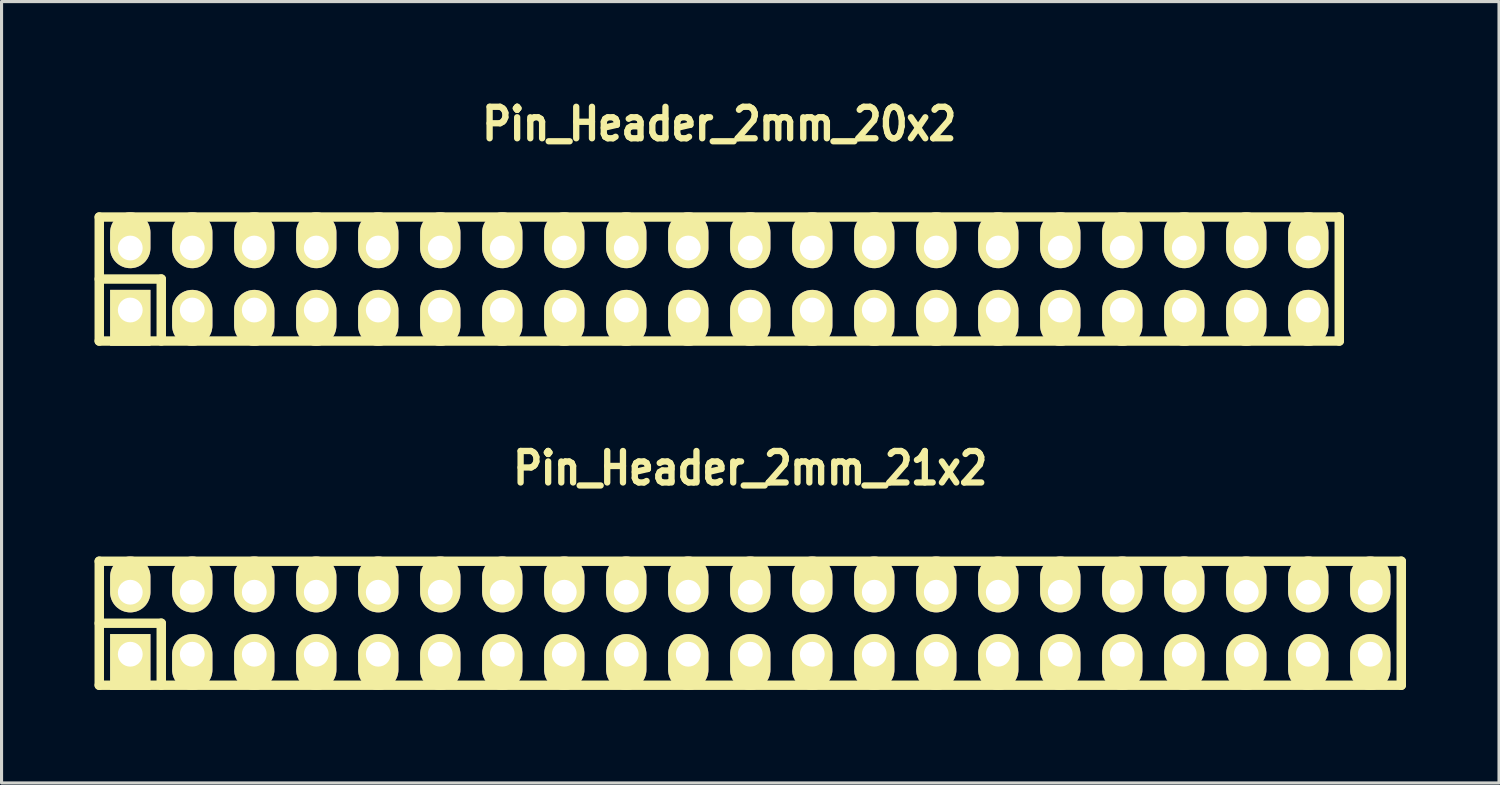
<source format=kicad_pcb>
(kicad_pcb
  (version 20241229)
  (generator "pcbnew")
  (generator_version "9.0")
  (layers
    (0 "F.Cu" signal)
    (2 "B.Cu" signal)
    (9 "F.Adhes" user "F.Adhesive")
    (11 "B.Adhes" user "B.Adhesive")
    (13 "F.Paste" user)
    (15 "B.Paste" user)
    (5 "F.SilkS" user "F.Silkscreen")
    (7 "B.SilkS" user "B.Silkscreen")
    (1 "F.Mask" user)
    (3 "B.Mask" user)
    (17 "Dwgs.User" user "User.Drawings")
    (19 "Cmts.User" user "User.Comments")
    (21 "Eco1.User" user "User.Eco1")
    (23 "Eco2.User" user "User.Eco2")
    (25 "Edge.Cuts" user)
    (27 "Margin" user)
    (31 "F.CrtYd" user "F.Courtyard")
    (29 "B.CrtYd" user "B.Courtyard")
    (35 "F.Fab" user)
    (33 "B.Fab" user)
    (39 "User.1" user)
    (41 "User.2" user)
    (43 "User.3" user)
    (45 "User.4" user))
  (footprint "Pin_Header_2mm_20x2"
    (layer "F.Cu")
    (at 20.152 5.951)
    (property "Reference" "Pin_Header_2mm_20x2" (at 0 -5 0) (layer "F.SilkS") (effects (font (size 1.016 0.889) (thickness 0.203))))
    (attr through_hole)
    (fp_line (start -20 -2) (end 20 -2) (stroke (width 0.305) (type solid)) (layer "F.SilkS"))
    (fp_line (start -20 0) (end -18 0) (stroke (width 0.305) (type solid)) (layer "F.SilkS"))
    (fp_line (start -20 2) (end -20 -2) (stroke (width 0.305) (type solid)) (layer "F.SilkS"))
    (fp_line (start -18 0) (end -18 2) (stroke (width 0.305) (type solid)) (layer "F.SilkS"))
    (fp_line (start 20 -2) (end 20 2) (stroke (width 0.305) (type solid)) (layer "F.SilkS"))
    (fp_line (start 20 2) (end -20 2) (stroke (width 0.305) (type solid)) (layer "F.SilkS"))
    (pad "1" thru_hole rect (at -19 1) (size 1.3 1.8) (drill 0.8 (offset 0 0.25)) (layers "*.Cu" "*.Mask" "F.SilkS"))
    (pad "2" thru_hole oval (at -19 -1) (size 1.3 1.8) (drill 0.8 (offset 0 -0.25)) (layers "*.Cu" "*.Mask" "F.SilkS"))
    (pad "3" thru_hole oval (at -17 1) (size 1.3 1.8) (drill 0.8 (offset 0 0.25)) (layers "*.Cu" "*.Mask" "F.SilkS"))
    (pad "4" thru_hole oval (at -17 -1) (size 1.3 1.8) (drill 0.8 (offset 0 -0.25)) (layers "*.Cu" "*.Mask" "F.SilkS"))
    (pad "5" thru_hole oval (at -15 1) (size 1.3 1.8) (drill 0.8 (offset 0 0.25)) (layers "*.Cu" "*.Mask" "F.SilkS"))
    (pad "6" thru_hole oval (at -15 -1) (size 1.3 1.8) (drill 0.8 (offset 0 -0.25)) (layers "*.Cu" "*.Mask" "F.SilkS"))
    (pad "7" thru_hole oval (at -13 1) (size 1.3 1.8) (drill 0.8 (offset 0 0.25)) (layers "*.Cu" "*.Mask" "F.SilkS"))
    (pad "8" thru_hole oval (at -13 -1) (size 1.3 1.8) (drill 0.8 (offset 0 -0.25)) (layers "*.Cu" "*.Mask" "F.SilkS"))
    (pad "9" thru_hole oval (at -11 1) (size 1.3 1.8) (drill 0.8 (offset 0 0.25)) (layers "*.Cu" "*.Mask" "F.SilkS"))
    (pad "10" thru_hole oval (at -11 -1) (size 1.3 1.8) (drill 0.8 (offset 0 -0.25)) (layers "*.Cu" "*.Mask" "F.SilkS"))
    (pad "11" thru_hole oval (at -9 1) (size 1.3 1.8) (drill 0.8 (offset 0 0.25)) (layers "*.Cu" "*.Mask" "F.SilkS"))
    (pad "12" thru_hole oval (at -9 -1) (size 1.3 1.8) (drill 0.8 (offset 0 -0.25)) (layers "*.Cu" "*.Mask" "F.SilkS"))
    (pad "13" thru_hole oval (at -7 1) (size 1.3 1.8) (drill 0.8 (offset 0 0.25)) (layers "*.Cu" "*.Mask" "F.SilkS"))
    (pad "14" thru_hole oval (at -7 -1) (size 1.3 1.8) (drill 0.8 (offset 0 -0.25)) (layers "*.Cu" "*.Mask" "F.SilkS"))
    (pad "15" thru_hole oval (at -5 1) (size 1.3 1.8) (drill 0.8 (offset 0 0.25)) (layers "*.Cu" "*.Mask" "F.SilkS"))
    (pad "16" thru_hole oval (at -5 -1) (size 1.3 1.8) (drill 0.8 (offset 0 -0.25)) (layers "*.Cu" "*.Mask" "F.SilkS"))
    (pad "17" thru_hole oval (at -3 1) (size 1.3 1.8) (drill 0.8 (offset 0 0.25)) (layers "*.Cu" "*.Mask" "F.SilkS"))
    (pad "18" thru_hole oval (at -3 -1) (size 1.3 1.8) (drill 0.8 (offset 0 -0.25)) (layers "*.Cu" "*.Mask" "F.SilkS"))
    (pad "19" thru_hole oval (at -1 1) (size 1.3 1.8) (drill 0.8 (offset 0 0.25)) (layers "*.Cu" "*.Mask" "F.SilkS"))
    (pad "20" thru_hole oval (at -1 -1) (size 1.3 1.8) (drill 0.8 (offset 0 -0.25)) (layers "*.Cu" "*.Mask" "F.SilkS"))
    (pad "21" thru_hole oval (at 1 1) (size 1.3 1.8) (drill 0.8 (offset 0 0.25)) (layers "*.Cu" "*.Mask" "F.SilkS"))
    (pad "22" thru_hole oval (at 1 -1) (size 1.3 1.8) (drill 0.8 (offset 0 -0.25)) (layers "*.Cu" "*.Mask" "F.SilkS"))
    (pad "23" thru_hole oval (at 3 1) (size 1.3 1.8) (drill 0.8 (offset 0 0.25)) (layers "*.Cu" "*.Mask" "F.SilkS"))
    (pad "24" thru_hole oval (at 3 -1) (size 1.3 1.8) (drill 0.8 (offset 0 -0.25)) (layers "*.Cu" "*.Mask" "F.SilkS"))
    (pad "25" thru_hole oval (at 5 1) (size 1.3 1.8) (drill 0.8 (offset 0 0.25)) (layers "*.Cu" "*.Mask" "F.SilkS"))
    (pad "26" thru_hole oval (at 5 -1) (size 1.3 1.8) (drill 0.8 (offset 0 -0.25)) (layers "*.Cu" "*.Mask" "F.SilkS"))
    (pad "27" thru_hole oval (at 7 1) (size 1.3 1.8) (drill 0.8 (offset 0 0.25)) (layers "*.Cu" "*.Mask" "F.SilkS"))
    (pad "28" thru_hole oval (at 7 -1) (size 1.3 1.8) (drill 0.8 (offset 0 -0.25)) (layers "*.Cu" "*.Mask" "F.SilkS"))
    (pad "29" thru_hole oval (at 9 1) (size 1.3 1.8) (drill 0.8 (offset 0 0.25)) (layers "*.Cu" "*.Mask" "F.SilkS"))
    (pad "30" thru_hole oval (at 9 -1) (size 1.3 1.8) (drill 0.8 (offset 0 -0.25)) (layers "*.Cu" "*.Mask" "F.SilkS"))
    (pad "31" thru_hole oval (at 11 1) (size 1.3 1.8) (drill 0.8 (offset 0 0.25)) (layers "*.Cu" "*.Mask" "F.SilkS"))
    (pad "32" thru_hole oval (at 11 -1) (size 1.3 1.8) (drill 0.8 (offset 0 -0.25)) (layers "*.Cu" "*.Mask" "F.SilkS"))
    (pad "33" thru_hole oval (at 13 1) (size 1.3 1.8) (drill 0.8 (offset 0 0.25)) (layers "*.Cu" "*.Mask" "F.SilkS"))
    (pad "34" thru_hole oval (at 13 -1) (size 1.3 1.8) (drill 0.8 (offset 0 -0.25)) (layers "*.Cu" "*.Mask" "F.SilkS"))
    (pad "35" thru_hole oval (at 15 1) (size 1.3 1.8) (drill 0.8 (offset 0 0.25)) (layers "*.Cu" "*.Mask" "F.SilkS"))
    (pad "36" thru_hole oval (at 15 -1) (size 1.3 1.8) (drill 0.8 (offset 0 -0.25)) (layers "*.Cu" "*.Mask" "F.SilkS"))
    (pad "37" thru_hole oval (at 17 1) (size 1.3 1.8) (drill 0.8 (offset 0 0.25)) (layers "*.Cu" "*.Mask" "F.SilkS"))
    (pad "38" thru_hole oval (at 17 -1) (size 1.3 1.8) (drill 0.8 (offset 0 -0.25)) (layers "*.Cu" "*.Mask" "F.SilkS"))
    (pad "39" thru_hole oval (at 19 1) (size 1.3 1.8) (drill 0.8 (offset 0 0.25)) (layers "*.Cu" "*.Mask" "F.SilkS"))
    (pad "40" thru_hole oval (at 19 -1) (size 1.3 1.8) (drill 0.8 (offset 0 -0.25)) (layers "*.Cu" "*.Mask" "F.SilkS")))
  (footprint "Pin_Header_2mm_21x2"
    (layer "F.Cu")
    (at 21.152 17.054)
    (property "Reference" "Pin_Header_2mm_21x2" (at 0 -5 0) (layer "F.SilkS") (effects (font (size 1.016 0.889) (thickness 0.203))))
    (attr through_hole)
    (fp_line (start -21 -2) (end 21 -2) (stroke (width 0.305) (type solid)) (layer "F.SilkS"))
    (fp_line (start -21 0) (end -19 0) (stroke (width 0.305) (type solid)) (layer "F.SilkS"))
    (fp_line (start -21 2) (end -21 -2) (stroke (width 0.305) (type solid)) (layer "F.SilkS"))
    (fp_line (start -19 0) (end -19 2) (stroke (width 0.305) (type solid)) (layer "F.SilkS"))
    (fp_line (start 21 -2) (end 21 2) (stroke (width 0.305) (type solid)) (layer "F.SilkS"))
    (fp_line (start 21 2) (end -21 2) (stroke (width 0.305) (type solid)) (layer "F.SilkS"))
    (pad "1" thru_hole rect (at -20 1) (size 1.3 1.8) (drill 0.8 (offset 0 0.25)) (layers "*.Cu" "*.Mask" "F.SilkS"))
    (pad "2" thru_hole oval (at -20 -1) (size 1.3 1.8) (drill 0.8 (offset 0 -0.25)) (layers "*.Cu" "*.Mask" "F.SilkS"))
    (pad "3" thru_hole oval (at -18 1) (size 1.3 1.8) (drill 0.8 (offset 0 0.25)) (layers "*.Cu" "*.Mask" "F.SilkS"))
    (pad "4" thru_hole oval (at -18 -1) (size 1.3 1.8) (drill 0.8 (offset 0 -0.25)) (layers "*.Cu" "*.Mask" "F.SilkS"))
    (pad "5" thru_hole oval (at -16 1) (size 1.3 1.8) (drill 0.8 (offset 0 0.25)) (layers "*.Cu" "*.Mask" "F.SilkS"))
    (pad "6" thru_hole oval (at -16 -1) (size 1.3 1.8) (drill 0.8 (offset 0 -0.25)) (layers "*.Cu" "*.Mask" "F.SilkS"))
    (pad "7" thru_hole oval (at -14 1) (size 1.3 1.8) (drill 0.8 (offset 0 0.25)) (layers "*.Cu" "*.Mask" "F.SilkS"))
    (pad "8" thru_hole oval (at -14 -1) (size 1.3 1.8) (drill 0.8 (offset 0 -0.25)) (layers "*.Cu" "*.Mask" "F.SilkS"))
    (pad "9" thru_hole oval (at -12 1) (size 1.3 1.8) (drill 0.8 (offset 0 0.25)) (layers "*.Cu" "*.Mask" "F.SilkS"))
    (pad "10" thru_hole oval (at -12 -1) (size 1.3 1.8) (drill 0.8 (offset 0 -0.25)) (layers "*.Cu" "*.Mask" "F.SilkS"))
    (pad "11" thru_hole oval (at -10 1) (size 1.3 1.8) (drill 0.8 (offset 0 0.25)) (layers "*.Cu" "*.Mask" "F.SilkS"))
    (pad "12" thru_hole oval (at -10 -1) (size 1.3 1.8) (drill 0.8 (offset 0 -0.25)) (layers "*.Cu" "*.Mask" "F.SilkS"))
    (pad "13" thru_hole oval (at -8 1) (size 1.3 1.8) (drill 0.8 (offset 0 0.25)) (layers "*.Cu" "*.Mask" "F.SilkS"))
    (pad "14" thru_hole oval (at -8 -1) (size 1.3 1.8) (drill 0.8 (offset 0 -0.25)) (layers "*.Cu" "*.Mask" "F.SilkS"))
    (pad "15" thru_hole oval (at -6 1) (size 1.3 1.8) (drill 0.8 (offset 0 0.25)) (layers "*.Cu" "*.Mask" "F.SilkS"))
    (pad "16" thru_hole oval (at -6 -1) (size 1.3 1.8) (drill 0.8 (offset 0 -0.25)) (layers "*.Cu" "*.Mask" "F.SilkS"))
    (pad "17" thru_hole oval (at -4 1) (size 1.3 1.8) (drill 0.8 (offset 0 0.25)) (layers "*.Cu" "*.Mask" "F.SilkS"))
    (pad "18" thru_hole oval (at -4 -1) (size 1.3 1.8) (drill 0.8 (offset 0 -0.25)) (layers "*.Cu" "*.Mask" "F.SilkS"))
    (pad "19" thru_hole oval (at -2 1) (size 1.3 1.8) (drill 0.8 (offset 0 0.25)) (layers "*.Cu" "*.Mask" "F.SilkS"))
    (pad "20" thru_hole oval (at -2 -1) (size 1.3 1.8) (drill 0.8 (offset 0 -0.25)) (layers "*.Cu" "*.Mask" "F.SilkS"))
    (pad "21" thru_hole oval (at 0 1) (size 1.3 1.8) (drill 0.8 (offset 0 0.25)) (layers "*.Cu" "*.Mask" "F.SilkS"))
    (pad "22" thru_hole oval (at 0 -1) (size 1.3 1.8) (drill 0.8 (offset 0 -0.25)) (layers "*.Cu" "*.Mask" "F.SilkS"))
    (pad "23" thru_hole oval (at 2 1) (size 1.3 1.8) (drill 0.8 (offset 0 0.25)) (layers "*.Cu" "*.Mask" "F.SilkS"))
    (pad "24" thru_hole oval (at 2 -1) (size 1.3 1.8) (drill 0.8 (offset 0 -0.25)) (layers "*.Cu" "*.Mask" "F.SilkS"))
    (pad "25" thru_hole oval (at 4 1) (size 1.3 1.8) (drill 0.8 (offset 0 0.25)) (layers "*.Cu" "*.Mask" "F.SilkS"))
    (pad "26" thru_hole oval (at 4 -1) (size 1.3 1.8) (drill 0.8 (offset 0 -0.25)) (layers "*.Cu" "*.Mask" "F.SilkS"))
    (pad "27" thru_hole oval (at 6 1) (size 1.3 1.8) (drill 0.8 (offset 0 0.25)) (layers "*.Cu" "*.Mask" "F.SilkS"))
    (pad "28" thru_hole oval (at 6 -1) (size 1.3 1.8) (drill 0.8 (offset 0 -0.25)) (layers "*.Cu" "*.Mask" "F.SilkS"))
    (pad "29" thru_hole oval (at 8 1) (size 1.3 1.8) (drill 0.8 (offset 0 0.25)) (layers "*.Cu" "*.Mask" "F.SilkS"))
    (pad "30" thru_hole oval (at 8 -1) (size 1.3 1.8) (drill 0.8 (offset 0 -0.25)) (layers "*.Cu" "*.Mask" "F.SilkS"))
    (pad "31" thru_hole oval (at 10 1) (size 1.3 1.8) (drill 0.8 (offset 0 0.25)) (layers "*.Cu" "*.Mask" "F.SilkS"))
    (pad "32" thru_hole oval (at 10 -1) (size 1.3 1.8) (drill 0.8 (offset 0 -0.25)) (layers "*.Cu" "*.Mask" "F.SilkS"))
    (pad "33" thru_hole oval (at 12 1) (size 1.3 1.8) (drill 0.8 (offset 0 0.25)) (layers "*.Cu" "*.Mask" "F.SilkS"))
    (pad "34" thru_hole oval (at 12 -1) (size 1.3 1.8) (drill 0.8 (offset 0 -0.25)) (layers "*.Cu" "*.Mask" "F.SilkS"))
    (pad "35" thru_hole oval (at 14 1) (size 1.3 1.8) (drill 0.8 (offset 0 0.25)) (layers "*.Cu" "*.Mask" "F.SilkS"))
    (pad "36" thru_hole oval (at 14 -1) (size 1.3 1.8) (drill 0.8 (offset 0 -0.25)) (layers "*.Cu" "*.Mask" "F.SilkS"))
    (pad "37" thru_hole oval (at 16 1) (size 1.3 1.8) (drill 0.8 (offset 0 0.25)) (layers "*.Cu" "*.Mask" "F.SilkS"))
    (pad "38" thru_hole oval (at 16 -1) (size 1.3 1.8) (drill 0.8 (offset 0 -0.25)) (layers "*.Cu" "*.Mask" "F.SilkS"))
    (pad "39" thru_hole oval (at 18 1) (size 1.3 1.8) (drill 0.8 (offset 0 0.25)) (layers "*.Cu" "*.Mask" "F.SilkS"))
    (pad "40" thru_hole oval (at 18 -1) (size 1.3 1.8) (drill 0.8 (offset 0 -0.25)) (layers "*.Cu" "*.Mask" "F.SilkS"))
    (pad "41" thru_hole oval (at 20 1) (size 1.3 1.8) (drill 0.8 (offset 0 0.25)) (layers "*.Cu" "*.Mask" "F.SilkS"))
    (pad "42" thru_hole oval (at 20 -1) (size 1.3 1.8) (drill 0.8 (offset 0 -0.25)) (layers "*.Cu" "*.Mask" "F.SilkS")))
  (gr_rect
    (start -3 -3)
    (end 45.305 22.207)
    (stroke (width 0.1) (type default))
    (fill no)
    (layer "Edge.Cuts")))
</source>
